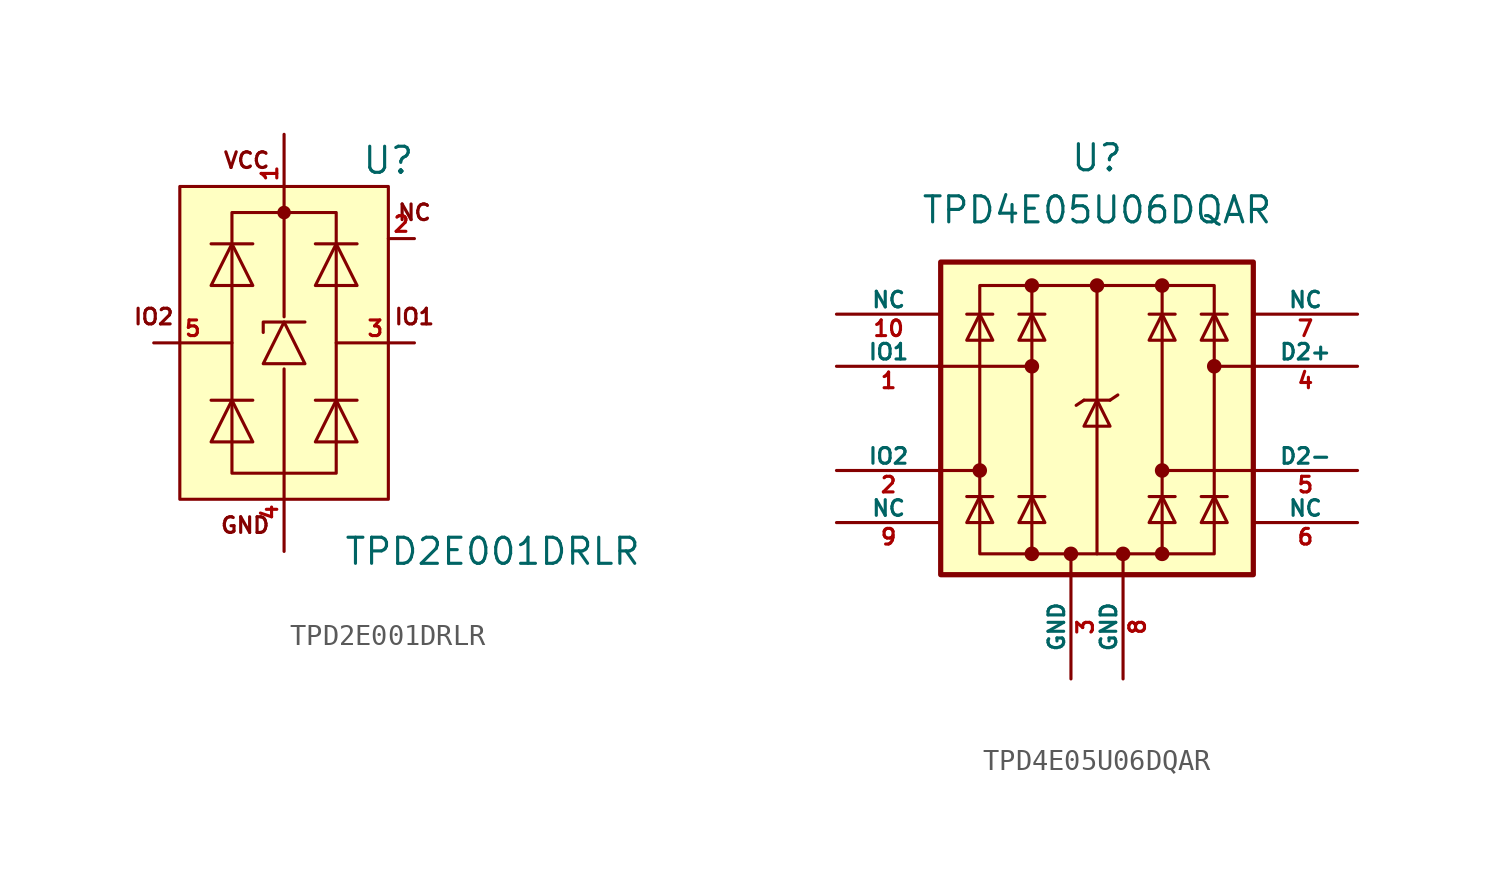
<source format=kicad_sym>
(kicad_symbol_lib
  (version 20201005)
  (generator kicad_symbol_editor)
  (symbol "acheronSymbols:TPD2E001DRLR"
    (pin_names
      (offset 0))
    (property "Reference" "U"
      (at 5.08 8.89 0)
      (effects (font (size 1.27 1.27))))
    (property "Value" "TPD2E001DRLR"
      (at 10.16 -10.16 0)
      (effects (font (size 1.27 1.27))))
    (symbol "TPD2E001DRLR_0_0"
      (text "IO2" (at -6.35 1.27 0) (effects (font (size 0.762 0.762)))))
    (symbol "TPD2E001DRLR_0_1"
      (circle (center 0 6.35) (radius 0.254) (stroke (width 0)) (fill (type outline)))
      (rectangle (start -2.54 6.35) (end 2.54 -6.35) (stroke (width 0)) (fill (type none)))
      (rectangle (start 0 -1.27) (end 0 -6.35) (stroke (width 0)) (fill (type none)))
      (rectangle (start 5.08 7.62) (end -5.08 -7.62) (stroke (width 0)) (fill (type background)))
      (polyline (pts (xy -1.524 -2.794) (xy -3.556 -2.794)) (stroke (width 0)) (fill (type none)))
      (polyline (pts (xy -1.524 4.826) (xy -3.556 4.826)) (stroke (width 0)) (fill (type none)))
      (polyline (pts (xy 0 1.27) (xy 0 6.35)) (stroke (width 0)) (fill (type none)))
      (polyline (pts (xy 1.524 -2.794) (xy 3.556 -2.794)) (stroke (width 0)) (fill (type none)))
      (polyline (pts (xy 1.524 4.826) (xy 3.556 4.826)) (stroke (width 0)) (fill (type none)))
      (polyline (pts (xy -3.556 -4.826) (xy -1.524 -4.826) (xy -2.54 -2.794) (xy -3.556 -4.826)) (stroke (width 0)) (fill (type none)))
      (polyline (pts (xy -3.556 2.794) (xy -1.524 2.794) (xy -2.54 4.826) (xy -3.556 2.794)) (stroke (width 0)) (fill (type none)))
      (polyline (pts (xy -1.016 -1.016) (xy 1.016 -1.016) (xy 0 1.016) (xy -1.016 -1.016)) (stroke (width 0)) (fill (type none)))
      (polyline (pts (xy 1.016 1.016) (xy 0.762 1.016) (xy -1.016 1.016) (xy -1.016 0.508)) (stroke (width 0)) (fill (type none)))
      (polyline (pts (xy 3.556 -4.826) (xy 1.524 -4.826) (xy 2.54 -2.794) (xy 3.556 -4.826)) (stroke (width 0)) (fill (type none)))
      (polyline (pts (xy 3.556 2.794) (xy 1.524 2.794) (xy 2.54 4.826) (xy 3.556 2.794)) (stroke (width 0)) (fill (type none))))
    (symbol "TPD2E001DRLR_1_1"
      (text "GND" (at -0.635 -8.89 0) (effects (font (size 0.762 0.762)) (justify right)))
      (text "IO1" (at 6.35 1.27 0) (effects (font (size 0.762 0.762))))
      (text "NC" (at 6.35 6.35 0) (effects (font (size 0.762 0.762))))
      (text "VCC" (at -0.635 8.89 0) (effects (font (size 0.762 0.762)) (justify right)))
      (pin passive line (at 0 10.16 270) (length 3.81) (name "VBUS" (effects (font (size 0 0)))) (number "1" (effects (font (size 0.762 0.762)))))
      (pin passive line (at 6.35 5.08 180) (length 1.27) (name "IO1" (effects (font (size 0 0)))) (number "2" (effects (font (size 0.762 0.762)))))
      (pin passive line (at 6.35 0 180) (length 3.81) (name "IO1" (effects (font (size 0 0)))) (number "3" (effects (font (size 0.762 0.762)))))
      (pin passive line (at 0 -10.16 90) (length 3.81) (name "GND" (effects (font (size 0 0)))) (number "4" (effects (font (size 0.762 0.762)))))
      (pin passive line (at -6.35 0 0) (length 3.81) (name "IO2" (effects (font (size 0 0)))) (number "5" (effects (font (size 0.762 0.762)))))))
  (symbol "acheronSymbols:TPD4E05U06DQAR"
    (pin_names
      (offset 0))
    (property "Reference" "U"
      (at 0 12.7 0)
      (effects (font (size 1.27 1.27))))
    (property "Value" "TPD4E05U06DQAR"
      (at 0 10.16 0)
      (effects (font (size 1.27 1.27))))
    (symbol "TPD4E05U06DQAR_0_0"
      (rectangle (start -5.715 6.477) (end 5.715 -6.604) (stroke (width 0)) (fill (type none)))
      (polyline (pts (xy -3.175 -6.604) (xy -3.175 6.477)) (stroke (width 0)) (fill (type none)))
      (polyline (pts (xy 0 6.477) (xy 0 -6.604)) (stroke (width 0)) (fill (type none)))
      (polyline (pts (xy 3.175 6.477) (xy 3.175 -6.604)) (stroke (width 0)) (fill (type none))))
    (symbol "TPD4E05U06DQAR_0_1"
      (circle (center -5.715 -2.54) (radius 0.279) (stroke (width 0)) (fill (type outline)))
      (circle (center -3.175 -6.604) (radius 0.279) (stroke (width 0)) (fill (type outline)))
      (circle (center -3.175 2.54) (radius 0.279) (stroke (width 0)) (fill (type outline)))
      (circle (center -3.175 6.477) (radius 0.279) (stroke (width 0)) (fill (type outline)))
      (circle (center -1.27 -6.604) (radius 0.279) (stroke (width 0)) (fill (type outline)))
      (circle (center 0 6.477) (radius 0.279) (stroke (width 0)) (fill (type outline)))
      (circle (center 3.175 -6.604) (radius 0.279) (stroke (width 0)) (fill (type outline)))
      (circle (center 3.175 -2.54) (radius 0.279) (stroke (width 0)) (fill (type outline)))
      (circle (center 3.175 6.477) (radius 0.279) (stroke (width 0)) (fill (type outline)))
      (circle (center 5.715 2.54) (radius 0.279) (stroke (width 0)) (fill (type outline)))
      (rectangle (start -7.62 7.62) (end 7.62 -7.62) (stroke (width 0.254)) (fill (type background)))
      (polyline (pts (xy -7.747 2.54) (xy -3.175 2.54)) (stroke (width 0)) (fill (type none)))
      (polyline (pts (xy -7.62 -2.54) (xy -5.715 -2.54)) (stroke (width 0)) (fill (type none)))
      (polyline (pts (xy -5.08 -3.81) (xy -6.35 -3.81)) (stroke (width 0)) (fill (type none)))
      (polyline (pts (xy -5.08 5.08) (xy -6.35 5.08)) (stroke (width 0)) (fill (type none)))
      (polyline (pts (xy -2.54 -3.81) (xy -3.81 -3.81)) (stroke (width 0)) (fill (type none)))
      (polyline (pts (xy -2.54 5.08) (xy -3.81 5.08)) (stroke (width 0)) (fill (type none)))
      (polyline (pts (xy -1.27 -6.604) (xy -1.27 -7.62)) (stroke (width 0)) (fill (type none)))
      (polyline (pts (xy -0.635 0.889) (xy -1.016 0.635)) (stroke (width 0)) (fill (type none)))
      (polyline (pts (xy 0.635 0.889) (xy -0.635 0.889)) (stroke (width 0)) (fill (type none)))
      (polyline (pts (xy 0.635 0.889) (xy 1.016 1.143)) (stroke (width 0)) (fill (type none)))
      (polyline (pts (xy 3.81 -3.81) (xy 2.54 -3.81)) (stroke (width 0)) (fill (type none)))
      (polyline (pts (xy 3.81 5.08) (xy 2.54 5.08)) (stroke (width 0)) (fill (type none)))
      (polyline (pts (xy 6.35 -3.81) (xy 5.08 -3.81)) (stroke (width 0)) (fill (type none)))
      (polyline (pts (xy 6.35 5.08) (xy 5.08 5.08)) (stroke (width 0)) (fill (type none)))
      (polyline (pts (xy 7.62 -2.54) (xy 3.175 -2.54)) (stroke (width 0)) (fill (type none)))
      (polyline (pts (xy 7.62 2.54) (xy 5.715 2.54)) (stroke (width 0)) (fill (type none)))
      (polyline (pts (xy -5.08 -5.08) (xy -6.35 -5.08) (xy -5.715 -3.81) (xy -5.08 -5.08)) (stroke (width 0)) (fill (type none)))
      (polyline (pts (xy -5.08 3.81) (xy -6.35 3.81) (xy -5.715 5.08) (xy -5.08 3.81)) (stroke (width 0)) (fill (type none)))
      (polyline (pts (xy -2.54 -5.08) (xy -3.81 -5.08) (xy -3.175 -3.81) (xy -2.54 -5.08)) (stroke (width 0)) (fill (type none)))
      (polyline (pts (xy -2.54 3.81) (xy -3.81 3.81) (xy -3.175 5.08) (xy -2.54 3.81)) (stroke (width 0)) (fill (type none)))
      (polyline (pts (xy 0.635 -0.381) (xy -0.635 -0.381) (xy 0 0.889) (xy 0.635 -0.381)) (stroke (width 0)) (fill (type none)))
      (polyline (pts (xy 3.81 -5.08) (xy 2.54 -5.08) (xy 3.175 -3.81) (xy 3.81 -5.08)) (stroke (width 0)) (fill (type none)))
      (polyline (pts (xy 3.81 3.81) (xy 2.54 3.81) (xy 3.175 5.08) (xy 3.81 3.81)) (stroke (width 0)) (fill (type none)))
      (polyline (pts (xy 6.35 -5.08) (xy 5.08 -5.08) (xy 5.715 -3.81) (xy 6.35 -5.08)) (stroke (width 0)) (fill (type none)))
      (polyline (pts (xy 6.35 3.81) (xy 5.08 3.81) (xy 5.715 5.08) (xy 6.35 3.81)) (stroke (width 0)) (fill (type none))))
    (symbol "TPD4E05U06DQAR_1_1"
      (circle (center 1.27 -6.604) (radius 0.279) (stroke (width 0)) (fill (type outline)))
      (polyline (pts (xy 1.27 -6.604) (xy 1.27 -7.62)) (stroke (width 0)) (fill (type none)))
      (pin bidirectional line (at -12.7 2.54 0) (length 5.08) (name "IO1" (effects (font (size 0.762 0.762)))) (number "1" (effects (font (size 0.762 0.762)))))
      (pin bidirectional line (at -12.7 5.08 0) (length 5.08) (name "NC" (effects (font (size 0.762 0.762)))) (number "10" (effects (font (size 0.762 0.762)))))
      (pin bidirectional line (at -12.7 -2.54 0) (length 5.08) (name "IO2" (effects (font (size 0.762 0.762)))) (number "2" (effects (font (size 0.762 0.762)))))
      (pin power_in line (at -1.27 -12.7 90) (length 5.08) (name "GND" (effects (font (size 0.762 0.762)))) (number "3" (effects (font (size 0.762 0.762)))))
      (pin bidirectional line (at 12.7 2.54 180) (length 5.08) (name "D2+" (effects (font (size 0.762 0.762)))) (number "4" (effects (font (size 0.762 0.762)))))
      (pin bidirectional line (at 12.7 -2.54 180) (length 5.08) (name "D2-" (effects (font (size 0.762 0.762)))) (number "5" (effects (font (size 0.762 0.762)))))
      (pin bidirectional line (at 12.7 -5.08 180) (length 5.08) (name "NC" (effects (font (size 0.762 0.762)))) (number "6" (effects (font (size 0.762 0.762)))))
      (pin bidirectional line (at 12.7 5.08 180) (length 5.08) (name "NC" (effects (font (size 0.762 0.762)))) (number "7" (effects (font (size 0.762 0.762)))))
      (pin power_in line (at 1.27 -12.7 90) (length 5.08) (name "GND" (effects (font (size 0.762 0.762)))) (number "8" (effects (font (size 0.762 0.762)))))
      (pin bidirectional line (at -12.7 -5.08 0) (length 5.08) (name "NC" (effects (font (size 0.762 0.762)))) (number "9" (effects (font (size 0.762 0.762))))))))
</source>
